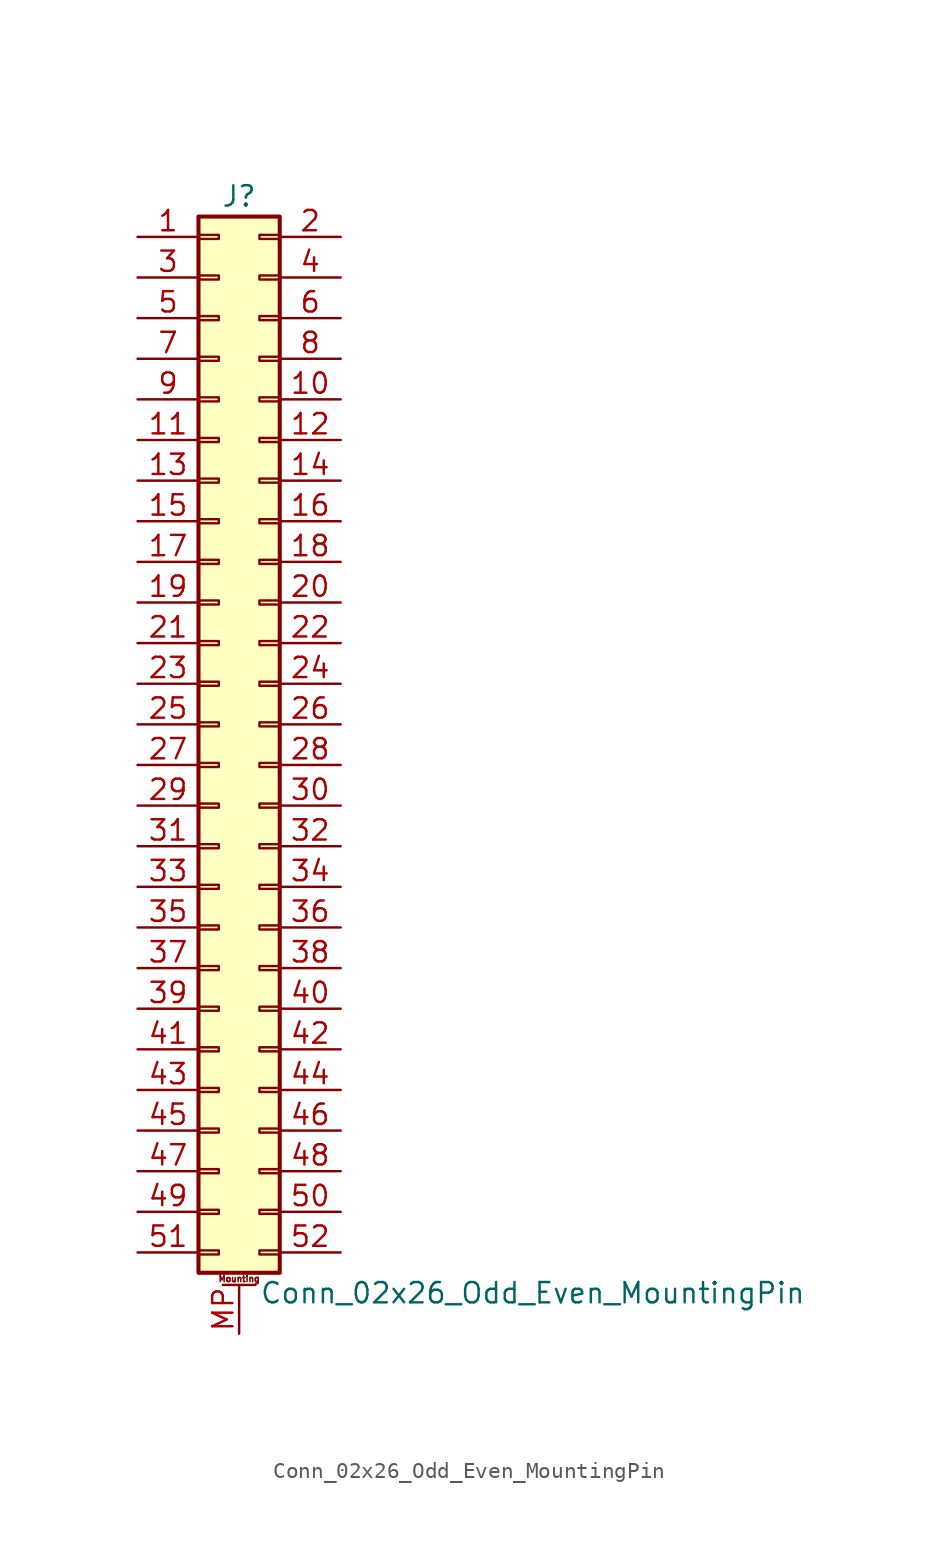
<source format=kicad_sym>
(kicad_symbol_lib
  (version 20211014)
  (generator kicad_symbol_editor)
  (symbol "Conn_02x26_Odd_Even_MountingPin"
    (pin_names
      (offset 1.016) hide)
    (property "Reference" "J"
      (at 1.27 33.02 0)
      (effects (font (size 1.27 1.27))))
    (property "Value" "Conn_02x26_Odd_Even_MountingPin"
      (at 2.54 -35.56 0)
      (effects (font (size 1.27 1.27)) (justify left)))
    (symbol "Conn_02x26_Odd_Even_MountingPin_1_1"
      (rectangle (start -1.27 -32.893) (end 0 -33.147) (stroke (width 0.152) (type default) (color 0 0 0 0)) (fill (type none)))
      (rectangle (start -1.27 -30.353) (end 0 -30.607) (stroke (width 0.152) (type default) (color 0 0 0 0)) (fill (type none)))
      (rectangle (start -1.27 -27.813) (end 0 -28.067) (stroke (width 0.152) (type default) (color 0 0 0 0)) (fill (type none)))
      (rectangle (start -1.27 -25.273) (end 0 -25.527) (stroke (width 0.152) (type default) (color 0 0 0 0)) (fill (type none)))
      (rectangle (start -1.27 -22.733) (end 0 -22.987) (stroke (width 0.152) (type default) (color 0 0 0 0)) (fill (type none)))
      (rectangle (start -1.27 -20.193) (end 0 -20.447) (stroke (width 0.152) (type default) (color 0 0 0 0)) (fill (type none)))
      (rectangle (start -1.27 -17.653) (end 0 -17.907) (stroke (width 0.152) (type default) (color 0 0 0 0)) (fill (type none)))
      (rectangle (start -1.27 -15.113) (end 0 -15.367) (stroke (width 0.152) (type default) (color 0 0 0 0)) (fill (type none)))
      (rectangle (start -1.27 -12.573) (end 0 -12.827) (stroke (width 0.152) (type default) (color 0 0 0 0)) (fill (type none)))
      (rectangle (start -1.27 -10.033) (end 0 -10.287) (stroke (width 0.152) (type default) (color 0 0 0 0)) (fill (type none)))
      (rectangle (start -1.27 -7.493) (end 0 -7.747) (stroke (width 0.152) (type default) (color 0 0 0 0)) (fill (type none)))
      (rectangle (start -1.27 -4.953) (end 0 -5.207) (stroke (width 0.152) (type default) (color 0 0 0 0)) (fill (type none)))
      (rectangle (start -1.27 -2.413) (end 0 -2.667) (stroke (width 0.152) (type default) (color 0 0 0 0)) (fill (type none)))
      (rectangle (start -1.27 0.127) (end 0 -0.127) (stroke (width 0.152) (type default) (color 0 0 0 0)) (fill (type none)))
      (rectangle (start -1.27 2.667) (end 0 2.413) (stroke (width 0.152) (type default) (color 0 0 0 0)) (fill (type none)))
      (rectangle (start -1.27 5.207) (end 0 4.953) (stroke (width 0.152) (type default) (color 0 0 0 0)) (fill (type none)))
      (rectangle (start -1.27 7.747) (end 0 7.493) (stroke (width 0.152) (type default) (color 0 0 0 0)) (fill (type none)))
      (rectangle (start -1.27 10.287) (end 0 10.033) (stroke (width 0.152) (type default) (color 0 0 0 0)) (fill (type none)))
      (rectangle (start -1.27 12.827) (end 0 12.573) (stroke (width 0.152) (type default) (color 0 0 0 0)) (fill (type none)))
      (rectangle (start -1.27 15.367) (end 0 15.113) (stroke (width 0.152) (type default) (color 0 0 0 0)) (fill (type none)))
      (rectangle (start -1.27 17.907) (end 0 17.653) (stroke (width 0.152) (type default) (color 0 0 0 0)) (fill (type none)))
      (rectangle (start -1.27 20.447) (end 0 20.193) (stroke (width 0.152) (type default) (color 0 0 0 0)) (fill (type none)))
      (rectangle (start -1.27 22.987) (end 0 22.733) (stroke (width 0.152) (type default) (color 0 0 0 0)) (fill (type none)))
      (rectangle (start -1.27 25.527) (end 0 25.273) (stroke (width 0.152) (type default) (color 0 0 0 0)) (fill (type none)))
      (rectangle (start -1.27 28.067) (end 0 27.813) (stroke (width 0.152) (type default) (color 0 0 0 0)) (fill (type none)))
      (rectangle (start -1.27 30.607) (end 0 30.353) (stroke (width 0.152) (type default) (color 0 0 0 0)) (fill (type none)))
      (rectangle (start -1.27 31.75) (end 3.81 -34.29) (stroke (width 0.254) (type default) (color 0 0 0 0)) (fill (type background)))
      (polyline (pts (xy 0.254 -35.052) (xy 2.286 -35.052)) (stroke (width 0.152) (type default) (color 0 0 0 0)) (fill (type none)))
      (rectangle (start 3.81 -32.893) (end 2.54 -33.147) (stroke (width 0.152) (type default) (color 0 0 0 0)) (fill (type none)))
      (rectangle (start 3.81 -30.353) (end 2.54 -30.607) (stroke (width 0.152) (type default) (color 0 0 0 0)) (fill (type none)))
      (rectangle (start 3.81 -27.813) (end 2.54 -28.067) (stroke (width 0.152) (type default) (color 0 0 0 0)) (fill (type none)))
      (rectangle (start 3.81 -25.273) (end 2.54 -25.527) (stroke (width 0.152) (type default) (color 0 0 0 0)) (fill (type none)))
      (rectangle (start 3.81 -22.733) (end 2.54 -22.987) (stroke (width 0.152) (type default) (color 0 0 0 0)) (fill (type none)))
      (rectangle (start 3.81 -20.193) (end 2.54 -20.447) (stroke (width 0.152) (type default) (color 0 0 0 0)) (fill (type none)))
      (rectangle (start 3.81 -17.653) (end 2.54 -17.907) (stroke (width 0.152) (type default) (color 0 0 0 0)) (fill (type none)))
      (rectangle (start 3.81 -15.113) (end 2.54 -15.367) (stroke (width 0.152) (type default) (color 0 0 0 0)) (fill (type none)))
      (rectangle (start 3.81 -12.573) (end 2.54 -12.827) (stroke (width 0.152) (type default) (color 0 0 0 0)) (fill (type none)))
      (rectangle (start 3.81 -10.033) (end 2.54 -10.287) (stroke (width 0.152) (type default) (color 0 0 0 0)) (fill (type none)))
      (rectangle (start 3.81 -7.493) (end 2.54 -7.747) (stroke (width 0.152) (type default) (color 0 0 0 0)) (fill (type none)))
      (rectangle (start 3.81 -4.953) (end 2.54 -5.207) (stroke (width 0.152) (type default) (color 0 0 0 0)) (fill (type none)))
      (rectangle (start 3.81 -2.413) (end 2.54 -2.667) (stroke (width 0.152) (type default) (color 0 0 0 0)) (fill (type none)))
      (rectangle (start 3.81 0.127) (end 2.54 -0.127) (stroke (width 0.152) (type default) (color 0 0 0 0)) (fill (type none)))
      (rectangle (start 3.81 2.667) (end 2.54 2.413) (stroke (width 0.152) (type default) (color 0 0 0 0)) (fill (type none)))
      (rectangle (start 3.81 5.207) (end 2.54 4.953) (stroke (width 0.152) (type default) (color 0 0 0 0)) (fill (type none)))
      (rectangle (start 3.81 7.747) (end 2.54 7.493) (stroke (width 0.152) (type default) (color 0 0 0 0)) (fill (type none)))
      (rectangle (start 3.81 10.287) (end 2.54 10.033) (stroke (width 0.152) (type default) (color 0 0 0 0)) (fill (type none)))
      (rectangle (start 3.81 12.827) (end 2.54 12.573) (stroke (width 0.152) (type default) (color 0 0 0 0)) (fill (type none)))
      (rectangle (start 3.81 15.367) (end 2.54 15.113) (stroke (width 0.152) (type default) (color 0 0 0 0)) (fill (type none)))
      (rectangle (start 3.81 17.907) (end 2.54 17.653) (stroke (width 0.152) (type default) (color 0 0 0 0)) (fill (type none)))
      (rectangle (start 3.81 20.447) (end 2.54 20.193) (stroke (width 0.152) (type default) (color 0 0 0 0)) (fill (type none)))
      (rectangle (start 3.81 22.987) (end 2.54 22.733) (stroke (width 0.152) (type default) (color 0 0 0 0)) (fill (type none)))
      (rectangle (start 3.81 25.527) (end 2.54 25.273) (stroke (width 0.152) (type default) (color 0 0 0 0)) (fill (type none)))
      (rectangle (start 3.81 28.067) (end 2.54 27.813) (stroke (width 0.152) (type default) (color 0 0 0 0)) (fill (type none)))
      (rectangle (start 3.81 30.607) (end 2.54 30.353) (stroke (width 0.152) (type default) (color 0 0 0 0)) (fill (type none)))
      (text "Mounting" (at 1.27 -34.671 0) (effects (font (size 0.381 0.381))))
      (pin passive line (at -5.08 30.48 0) (length 3.81) (name "Pin_1" (effects (font (size 1.27 1.27)))) (number "1" (effects (font (size 1.27 1.27)))))
      (pin passive line (at 7.62 20.32 180) (length 3.81) (name "Pin_10" (effects (font (size 1.27 1.27)))) (number "10" (effects (font (size 1.27 1.27)))))
      (pin passive line (at -5.08 17.78 0) (length 3.81) (name "Pin_11" (effects (font (size 1.27 1.27)))) (number "11" (effects (font (size 1.27 1.27)))))
      (pin passive line (at 7.62 17.78 180) (length 3.81) (name "Pin_12" (effects (font (size 1.27 1.27)))) (number "12" (effects (font (size 1.27 1.27)))))
      (pin passive line (at -5.08 15.24 0) (length 3.81) (name "Pin_13" (effects (font (size 1.27 1.27)))) (number "13" (effects (font (size 1.27 1.27)))))
      (pin passive line (at 7.62 15.24 180) (length 3.81) (name "Pin_14" (effects (font (size 1.27 1.27)))) (number "14" (effects (font (size 1.27 1.27)))))
      (pin passive line (at -5.08 12.7 0) (length 3.81) (name "Pin_15" (effects (font (size 1.27 1.27)))) (number "15" (effects (font (size 1.27 1.27)))))
      (pin passive line (at 7.62 12.7 180) (length 3.81) (name "Pin_16" (effects (font (size 1.27 1.27)))) (number "16" (effects (font (size 1.27 1.27)))))
      (pin passive line (at -5.08 10.16 0) (length 3.81) (name "Pin_17" (effects (font (size 1.27 1.27)))) (number "17" (effects (font (size 1.27 1.27)))))
      (pin passive line (at 7.62 10.16 180) (length 3.81) (name "Pin_18" (effects (font (size 1.27 1.27)))) (number "18" (effects (font (size 1.27 1.27)))))
      (pin passive line (at -5.08 7.62 0) (length 3.81) (name "Pin_19" (effects (font (size 1.27 1.27)))) (number "19" (effects (font (size 1.27 1.27)))))
      (pin passive line (at 7.62 30.48 180) (length 3.81) (name "Pin_2" (effects (font (size 1.27 1.27)))) (number "2" (effects (font (size 1.27 1.27)))))
      (pin passive line (at 7.62 7.62 180) (length 3.81) (name "Pin_20" (effects (font (size 1.27 1.27)))) (number "20" (effects (font (size 1.27 1.27)))))
      (pin passive line (at -5.08 5.08 0) (length 3.81) (name "Pin_21" (effects (font (size 1.27 1.27)))) (number "21" (effects (font (size 1.27 1.27)))))
      (pin passive line (at 7.62 5.08 180) (length 3.81) (name "Pin_22" (effects (font (size 1.27 1.27)))) (number "22" (effects (font (size 1.27 1.27)))))
      (pin passive line (at -5.08 2.54 0) (length 3.81) (name "Pin_23" (effects (font (size 1.27 1.27)))) (number "23" (effects (font (size 1.27 1.27)))))
      (pin passive line (at 7.62 2.54 180) (length 3.81) (name "Pin_24" (effects (font (size 1.27 1.27)))) (number "24" (effects (font (size 1.27 1.27)))))
      (pin passive line (at -5.08 0 0) (length 3.81) (name "Pin_25" (effects (font (size 1.27 1.27)))) (number "25" (effects (font (size 1.27 1.27)))))
      (pin passive line (at 7.62 0 180) (length 3.81) (name "Pin_26" (effects (font (size 1.27 1.27)))) (number "26" (effects (font (size 1.27 1.27)))))
      (pin passive line (at -5.08 -2.54 0) (length 3.81) (name "Pin_27" (effects (font (size 1.27 1.27)))) (number "27" (effects (font (size 1.27 1.27)))))
      (pin passive line (at 7.62 -2.54 180) (length 3.81) (name "Pin_28" (effects (font (size 1.27 1.27)))) (number "28" (effects (font (size 1.27 1.27)))))
      (pin passive line (at -5.08 -5.08 0) (length 3.81) (name "Pin_29" (effects (font (size 1.27 1.27)))) (number "29" (effects (font (size 1.27 1.27)))))
      (pin passive line (at -5.08 27.94 0) (length 3.81) (name "Pin_3" (effects (font (size 1.27 1.27)))) (number "3" (effects (font (size 1.27 1.27)))))
      (pin passive line (at 7.62 -5.08 180) (length 3.81) (name "Pin_30" (effects (font (size 1.27 1.27)))) (number "30" (effects (font (size 1.27 1.27)))))
      (pin passive line (at -5.08 -7.62 0) (length 3.81) (name "Pin_31" (effects (font (size 1.27 1.27)))) (number "31" (effects (font (size 1.27 1.27)))))
      (pin passive line (at 7.62 -7.62 180) (length 3.81) (name "Pin_32" (effects (font (size 1.27 1.27)))) (number "32" (effects (font (size 1.27 1.27)))))
      (pin passive line (at -5.08 -10.16 0) (length 3.81) (name "Pin_33" (effects (font (size 1.27 1.27)))) (number "33" (effects (font (size 1.27 1.27)))))
      (pin passive line (at 7.62 -10.16 180) (length 3.81) (name "Pin_34" (effects (font (size 1.27 1.27)))) (number "34" (effects (font (size 1.27 1.27)))))
      (pin passive line (at -5.08 -12.7 0) (length 3.81) (name "Pin_35" (effects (font (size 1.27 1.27)))) (number "35" (effects (font (size 1.27 1.27)))))
      (pin passive line (at 7.62 -12.7 180) (length 3.81) (name "Pin_36" (effects (font (size 1.27 1.27)))) (number "36" (effects (font (size 1.27 1.27)))))
      (pin passive line (at -5.08 -15.24 0) (length 3.81) (name "Pin_37" (effects (font (size 1.27 1.27)))) (number "37" (effects (font (size 1.27 1.27)))))
      (pin passive line (at 7.62 -15.24 180) (length 3.81) (name "Pin_38" (effects (font (size 1.27 1.27)))) (number "38" (effects (font (size 1.27 1.27)))))
      (pin passive line (at -5.08 -17.78 0) (length 3.81) (name "Pin_39" (effects (font (size 1.27 1.27)))) (number "39" (effects (font (size 1.27 1.27)))))
      (pin passive line (at 7.62 27.94 180) (length 3.81) (name "Pin_4" (effects (font (size 1.27 1.27)))) (number "4" (effects (font (size 1.27 1.27)))))
      (pin passive line (at 7.62 -17.78 180) (length 3.81) (name "Pin_40" (effects (font (size 1.27 1.27)))) (number "40" (effects (font (size 1.27 1.27)))))
      (pin passive line (at -5.08 -20.32 0) (length 3.81) (name "Pin_41" (effects (font (size 1.27 1.27)))) (number "41" (effects (font (size 1.27 1.27)))))
      (pin passive line (at 7.62 -20.32 180) (length 3.81) (name "Pin_42" (effects (font (size 1.27 1.27)))) (number "42" (effects (font (size 1.27 1.27)))))
      (pin passive line (at -5.08 -22.86 0) (length 3.81) (name "Pin_43" (effects (font (size 1.27 1.27)))) (number "43" (effects (font (size 1.27 1.27)))))
      (pin passive line (at 7.62 -22.86 180) (length 3.81) (name "Pin_44" (effects (font (size 1.27 1.27)))) (number "44" (effects (font (size 1.27 1.27)))))
      (pin passive line (at -5.08 -25.4 0) (length 3.81) (name "Pin_45" (effects (font (size 1.27 1.27)))) (number "45" (effects (font (size 1.27 1.27)))))
      (pin passive line (at 7.62 -25.4 180) (length 3.81) (name "Pin_46" (effects (font (size 1.27 1.27)))) (number "46" (effects (font (size 1.27 1.27)))))
      (pin passive line (at -5.08 -27.94 0) (length 3.81) (name "Pin_47" (effects (font (size 1.27 1.27)))) (number "47" (effects (font (size 1.27 1.27)))))
      (pin passive line (at 7.62 -27.94 180) (length 3.81) (name "Pin_48" (effects (font (size 1.27 1.27)))) (number "48" (effects (font (size 1.27 1.27)))))
      (pin passive line (at -5.08 -30.48 0) (length 3.81) (name "Pin_49" (effects (font (size 1.27 1.27)))) (number "49" (effects (font (size 1.27 1.27)))))
      (pin passive line (at -5.08 25.4 0) (length 3.81) (name "Pin_5" (effects (font (size 1.27 1.27)))) (number "5" (effects (font (size 1.27 1.27)))))
      (pin passive line (at 7.62 -30.48 180) (length 3.81) (name "Pin_50" (effects (font (size 1.27 1.27)))) (number "50" (effects (font (size 1.27 1.27)))))
      (pin passive line (at -5.08 -33.02 0) (length 3.81) (name "Pin_51" (effects (font (size 1.27 1.27)))) (number "51" (effects (font (size 1.27 1.27)))))
      (pin passive line (at 7.62 -33.02 180) (length 3.81) (name "Pin_52" (effects (font (size 1.27 1.27)))) (number "52" (effects (font (size 1.27 1.27)))))
      (pin passive line (at 7.62 25.4 180) (length 3.81) (name "Pin_6" (effects (font (size 1.27 1.27)))) (number "6" (effects (font (size 1.27 1.27)))))
      (pin passive line (at -5.08 22.86 0) (length 3.81) (name "Pin_7" (effects (font (size 1.27 1.27)))) (number "7" (effects (font (size 1.27 1.27)))))
      (pin passive line (at 7.62 22.86 180) (length 3.81) (name "Pin_8" (effects (font (size 1.27 1.27)))) (number "8" (effects (font (size 1.27 1.27)))))
      (pin passive line (at -5.08 20.32 0) (length 3.81) (name "Pin_9" (effects (font (size 1.27 1.27)))) (number "9" (effects (font (size 1.27 1.27)))))
      (pin passive line (at 1.27 -38.1 90) (length 3.048) (name "MountPin" (effects (font (size 1.27 1.27)))) (number "MP" (effects (font (size 1.27 1.27))))))))
</source>
